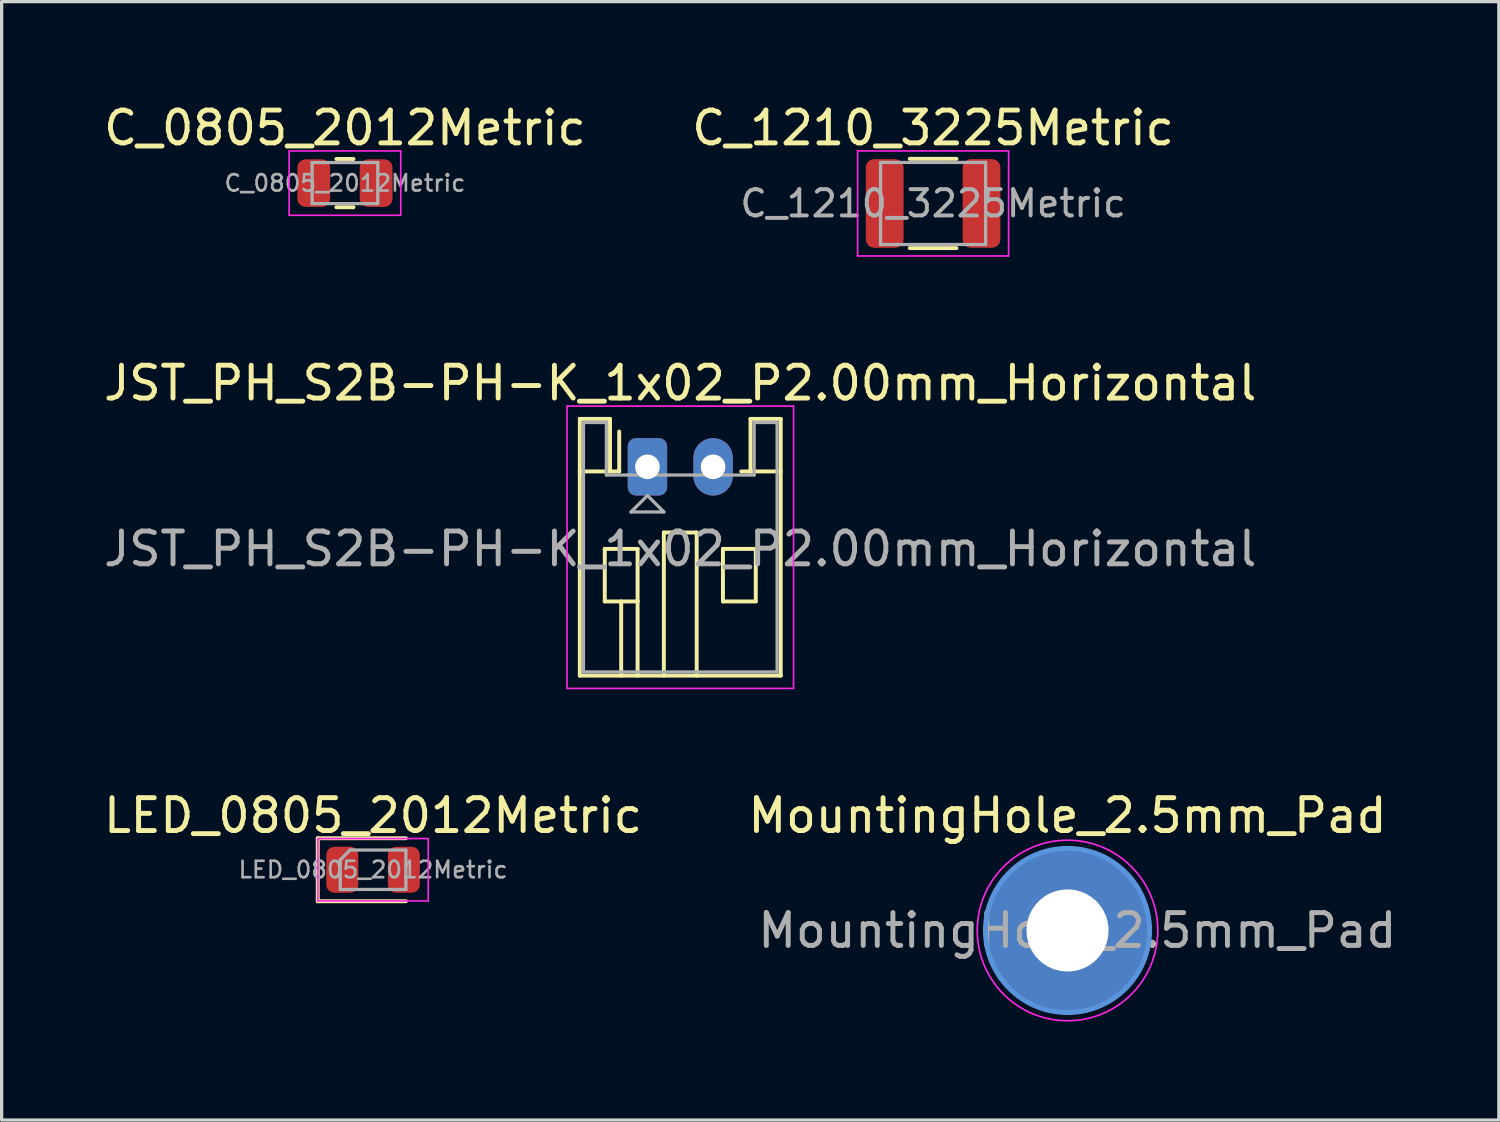
<source format=kicad_pcb>
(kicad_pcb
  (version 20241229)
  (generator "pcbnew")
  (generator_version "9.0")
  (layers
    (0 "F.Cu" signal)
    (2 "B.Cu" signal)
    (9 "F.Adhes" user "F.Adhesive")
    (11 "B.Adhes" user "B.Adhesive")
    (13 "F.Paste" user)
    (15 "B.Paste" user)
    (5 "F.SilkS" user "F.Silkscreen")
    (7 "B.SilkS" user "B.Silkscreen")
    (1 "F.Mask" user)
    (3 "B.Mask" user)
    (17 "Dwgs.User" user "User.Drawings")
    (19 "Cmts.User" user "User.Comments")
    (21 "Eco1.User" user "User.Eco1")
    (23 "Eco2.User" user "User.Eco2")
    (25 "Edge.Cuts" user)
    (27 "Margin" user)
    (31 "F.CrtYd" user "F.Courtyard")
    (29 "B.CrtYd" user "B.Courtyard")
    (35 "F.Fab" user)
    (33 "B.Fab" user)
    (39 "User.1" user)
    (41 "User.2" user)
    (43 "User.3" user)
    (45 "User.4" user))
  (footprint "C_0805_2012Metric"
    (layer "F.Cu")
    (at 7.458 2.528)
    (property "Reference" "C_0805_2012Metric" (at 0 -1.68 0) (layer "F.SilkS") (effects (font (size 1 1) (thickness 0.15))))
    (attr smd)
    (fp_line (start -0.261 -0.735) (end 0.261 -0.735) (stroke (width 0.12) (type solid)) (layer "F.SilkS"))
    (fp_line (start -0.261 0.735) (end 0.261 0.735) (stroke (width 0.12) (type solid)) (layer "F.SilkS"))
    (fp_line (start -1.7 -0.98) (end 1.7 -0.98) (stroke (width 0.05) (type solid)) (layer "F.CrtYd"))
    (fp_line (start -1.7 0.98) (end -1.7 -0.98) (stroke (width 0.05) (type solid)) (layer "F.CrtYd"))
    (fp_line (start 1.7 -0.98) (end 1.7 0.98) (stroke (width 0.05) (type solid)) (layer "F.CrtYd"))
    (fp_line (start 1.7 0.98) (end -1.7 0.98) (stroke (width 0.05) (type solid)) (layer "F.CrtYd"))
    (fp_line (start -1 -0.625) (end 1 -0.625) (stroke (width 0.1) (type solid)) (layer "F.Fab"))
    (fp_line (start -1 0.625) (end -1 -0.625) (stroke (width 0.1) (type solid)) (layer "F.Fab"))
    (fp_line (start 1 -0.625) (end 1 0.625) (stroke (width 0.1) (type solid)) (layer "F.Fab"))
    (fp_line (start 1 0.625) (end -1 0.625) (stroke (width 0.1) (type solid)) (layer "F.Fab"))
    (fp_text user "${REFERENCE}" (at 0 0 0) (layer "F.Fab") (effects (font (size 0.5 0.5) (thickness 0.08))))
    (pad "1" smd roundrect (at -0.95 0) (size 1 1.45) (layers "F.Cu" "F.Mask" "F.Paste") (roundrect_rratio 0.25))
    (pad "2" smd roundrect (at 0.95 0) (size 1 1.45) (layers "F.Cu" "F.Mask" "F.Paste") (roundrect_rratio 0.25)))
  (footprint "JST_PH_S2B-PH-K_1x02_P2.00mm_Horizontal"
    (layer "F.Cu")
    (at 16.673 11.171)
    (property "Reference" "JST_PH_S2B-PH-K_1x02_P2.00mm_Horizontal" (at 1 -2.55 0) (layer "F.SilkS") (effects (font (size 1 1) (thickness 0.15))))
    (attr through_hole)
    (fp_line (start -2.06 -1.46) (end -2.06 6.36) (stroke (width 0.12) (type solid)) (layer "F.SilkS"))
    (fp_line (start -2.06 0.14) (end -1.14 0.14) (stroke (width 0.12) (type solid)) (layer "F.SilkS"))
    (fp_line (start -2.06 6.36) (end 4.06 6.36) (stroke (width 0.12) (type solid)) (layer "F.SilkS"))
    (fp_line (start -1.3 2.5) (end -1.3 4.1) (stroke (width 0.12) (type solid)) (layer "F.SilkS"))
    (fp_line (start -1.3 4.1) (end -0.3 4.1) (stroke (width 0.12) (type solid)) (layer "F.SilkS"))
    (fp_line (start -1.14 -1.46) (end -2.06 -1.46) (stroke (width 0.12) (type solid)) (layer "F.SilkS"))
    (fp_line (start -1.14 0.14) (end -1.14 -1.46) (stroke (width 0.12) (type solid)) (layer "F.SilkS"))
    (fp_line (start -0.86 0.14) (end -1.14 0.14) (stroke (width 0.12) (type solid)) (layer "F.SilkS"))
    (fp_line (start -0.86 0.14) (end -0.86 -1.075) (stroke (width 0.12) (type solid)) (layer "F.SilkS"))
    (fp_line (start -0.8 4.1) (end -0.8 6.36) (stroke (width 0.12) (type solid)) (layer "F.SilkS"))
    (fp_line (start -0.3 2.5) (end -1.3 2.5) (stroke (width 0.12) (type solid)) (layer "F.SilkS"))
    (fp_line (start -0.3 4.1) (end -0.3 2.5) (stroke (width 0.12) (type solid)) (layer "F.SilkS"))
    (fp_line (start -0.3 4.1) (end -0.3 6.36) (stroke (width 0.12) (type solid)) (layer "F.SilkS"))
    (fp_line (start 0.5 2) (end 1.5 2) (stroke (width 0.12) (type solid)) (layer "F.SilkS"))
    (fp_line (start 0.5 6.36) (end 0.5 2) (stroke (width 0.12) (type solid)) (layer "F.SilkS"))
    (fp_line (start 1.5 2) (end 1.5 6.36) (stroke (width 0.12) (type solid)) (layer "F.SilkS"))
    (fp_line (start 2.3 2.5) (end 3.3 2.5) (stroke (width 0.12) (type solid)) (layer "F.SilkS"))
    (fp_line (start 2.3 4.1) (end 2.3 2.5) (stroke (width 0.12) (type solid)) (layer "F.SilkS"))
    (fp_line (start 3.14 -1.46) (end 3.14 0.14) (stroke (width 0.12) (type solid)) (layer "F.SilkS"))
    (fp_line (start 3.14 0.14) (end 2.86 0.14) (stroke (width 0.12) (type solid)) (layer "F.SilkS"))
    (fp_line (start 3.3 2.5) (end 3.3 4.1) (stroke (width 0.12) (type solid)) (layer "F.SilkS"))
    (fp_line (start 3.3 4.1) (end 2.3 4.1) (stroke (width 0.12) (type solid)) (layer "F.SilkS"))
    (fp_line (start 4.06 -1.46) (end 3.14 -1.46) (stroke (width 0.12) (type solid)) (layer "F.SilkS"))
    (fp_line (start 4.06 0.14) (end 3.14 0.14) (stroke (width 0.12) (type solid)) (layer "F.SilkS"))
    (fp_line (start 4.06 6.36) (end 4.06 -1.46) (stroke (width 0.12) (type solid)) (layer "F.SilkS"))
    (fp_line (start -2.45 -1.85) (end -2.45 6.75) (stroke (width 0.05) (type solid)) (layer "F.CrtYd"))
    (fp_line (start -2.45 6.75) (end 4.45 6.75) (stroke (width 0.05) (type solid)) (layer "F.CrtYd"))
    (fp_line (start 4.45 -1.85) (end -2.45 -1.85) (stroke (width 0.05) (type solid)) (layer "F.CrtYd"))
    (fp_line (start 4.45 6.75) (end 4.45 -1.85) (stroke (width 0.05) (type solid)) (layer "F.CrtYd"))
    (fp_line (start -1.95 -1.35) (end -1.95 6.25) (stroke (width 0.1) (type solid)) (layer "F.Fab"))
    (fp_line (start -1.95 6.25) (end 3.95 6.25) (stroke (width 0.1) (type solid)) (layer "F.Fab"))
    (fp_line (start -1.25 -1.35) (end -1.95 -1.35) (stroke (width 0.1) (type solid)) (layer "F.Fab"))
    (fp_line (start -1.25 0.25) (end -1.25 -1.35) (stroke (width 0.1) (type solid)) (layer "F.Fab"))
    (fp_line (start -0.5 1.375) (end 0.5 1.375) (stroke (width 0.1) (type solid)) (layer "F.Fab"))
    (fp_line (start 0 0.875) (end -0.5 1.375) (stroke (width 0.1) (type solid)) (layer "F.Fab"))
    (fp_line (start 0.5 1.375) (end 0 0.875) (stroke (width 0.1) (type solid)) (layer "F.Fab"))
    (fp_line (start 3.25 -1.35) (end 3.25 0.25) (stroke (width 0.1) (type solid)) (layer "F.Fab"))
    (fp_line (start 3.25 0.25) (end -1.25 0.25) (stroke (width 0.1) (type solid)) (layer "F.Fab"))
    (fp_line (start 3.95 -1.35) (end 3.25 -1.35) (stroke (width 0.1) (type solid)) (layer "F.Fab"))
    (fp_line (start 3.95 6.25) (end 3.95 -1.35) (stroke (width 0.1) (type solid)) (layer "F.Fab"))
    (fp_text user "${REFERENCE}" (at 1 2.5 0) (layer "F.Fab") (effects (font (size 1 1) (thickness 0.15))))
    (pad "1" thru_hole roundrect (at 0 0) (size 1.2 1.75) (drill 0.75) (layers "*.Cu" "*.Mask") (roundrect_rratio 0.208))
    (pad "2" thru_hole oval (at 2 0) (size 1.2 1.75) (drill 0.75) (layers "*.Cu" "*.Mask")))
  (footprint "C_1210_3225Metric"
    (layer "F.Cu")
    (at 25.375 3.148)
    (property "Reference" "C_1210_3225Metric" (at 0 -2.3 0) (layer "F.SilkS") (effects (font (size 1 1) (thickness 0.15))))
    (attr smd)
    (fp_line (start -0.711 -1.36) (end 0.711 -1.36) (stroke (width 0.12) (type solid)) (layer "F.SilkS"))
    (fp_line (start -0.711 1.36) (end 0.711 1.36) (stroke (width 0.12) (type solid)) (layer "F.SilkS"))
    (fp_line (start -2.3 -1.6) (end 2.3 -1.6) (stroke (width 0.05) (type solid)) (layer "F.CrtYd"))
    (fp_line (start -2.3 1.6) (end -2.3 -1.6) (stroke (width 0.05) (type solid)) (layer "F.CrtYd"))
    (fp_line (start 2.3 -1.6) (end 2.3 1.6) (stroke (width 0.05) (type solid)) (layer "F.CrtYd"))
    (fp_line (start 2.3 1.6) (end -2.3 1.6) (stroke (width 0.05) (type solid)) (layer "F.CrtYd"))
    (fp_line (start -1.6 -1.25) (end 1.6 -1.25) (stroke (width 0.1) (type solid)) (layer "F.Fab"))
    (fp_line (start -1.6 1.25) (end -1.6 -1.25) (stroke (width 0.1) (type solid)) (layer "F.Fab"))
    (fp_line (start 1.6 -1.25) (end 1.6 1.25) (stroke (width 0.1) (type solid)) (layer "F.Fab"))
    (fp_line (start 1.6 1.25) (end -1.6 1.25) (stroke (width 0.1) (type solid)) (layer "F.Fab"))
    (fp_text user "${REFERENCE}" (at 0 0 0) (layer "F.Fab") (effects (font (size 0.8 0.8) (thickness 0.12))))
    (pad "1" smd roundrect (at -1.475 0) (size 1.15 2.7) (layers "F.Cu" "F.Mask" "F.Paste") (roundrect_rratio 0.217))
    (pad "2" smd roundrect (at 1.475 0) (size 1.15 2.7) (layers "F.Cu" "F.Mask" "F.Paste") (roundrect_rratio 0.217)))
  (footprint "LED_0805_2012Metric"
    (layer "F.Cu")
    (at 8.315 23.445)
    (property "Reference" "LED_0805_2012Metric" (at 0 -1.65 0) (layer "F.SilkS") (effects (font (size 1 1) (thickness 0.15))))
    (attr smd)
    (fp_line (start -1.685 -0.96) (end -1.685 0.96) (stroke (width 0.12) (type solid)) (layer "F.SilkS"))
    (fp_line (start -1.685 0.96) (end 1 0.96) (stroke (width 0.12) (type solid)) (layer "F.SilkS"))
    (fp_line (start 1 -0.96) (end -1.685 -0.96) (stroke (width 0.12) (type solid)) (layer "F.SilkS"))
    (fp_line (start -1.68 -0.95) (end 1.68 -0.95) (stroke (width 0.05) (type solid)) (layer "F.CrtYd"))
    (fp_line (start -1.68 0.95) (end -1.68 -0.95) (stroke (width 0.05) (type solid)) (layer "F.CrtYd"))
    (fp_line (start 1.68 -0.95) (end 1.68 0.95) (stroke (width 0.05) (type solid)) (layer "F.CrtYd"))
    (fp_line (start 1.68 0.95) (end -1.68 0.95) (stroke (width 0.05) (type solid)) (layer "F.CrtYd"))
    (fp_line (start -1 -0.3) (end -1 0.6) (stroke (width 0.1) (type solid)) (layer "F.Fab"))
    (fp_line (start -1 0.6) (end 1 0.6) (stroke (width 0.1) (type solid)) (layer "F.Fab"))
    (fp_line (start -0.7 -0.6) (end -1 -0.3) (stroke (width 0.1) (type solid)) (layer "F.Fab"))
    (fp_line (start 1 -0.6) (end -0.7 -0.6) (stroke (width 0.1) (type solid)) (layer "F.Fab"))
    (fp_line (start 1 0.6) (end 1 -0.6) (stroke (width 0.1) (type solid)) (layer "F.Fab"))
    (fp_text user "${REFERENCE}" (at 0 0 0) (layer "F.Fab") (effects (font (size 0.5 0.5) (thickness 0.08))))
    (pad "1" smd roundrect (at -0.938 0) (size 0.975 1.4) (layers "F.Cu" "F.Mask" "F.Paste") (roundrect_rratio 0.25))
    (pad "2" smd roundrect (at 0.938 0) (size 0.975 1.4) (layers "F.Cu" "F.Mask" "F.Paste") (roundrect_rratio 0.25)))
  (footprint "MountingHole_2.5mm_Pad"
    (layer "F.Cu")
    (at 29.47 25.295)
    (property "Reference" "MountingHole_2.5mm_Pad" (at 0 -3.5 0) (layer "F.SilkS") (effects (font (size 1 1) (thickness 0.15))))
    (attr exclude_from_pos_files)
    (fp_circle (center 0 0) (end 2.5 0) (stroke (width 0.15) (type solid)) (fill no) (layer "Cmts.User"))
    (fp_circle (center 0 0) (end 2.75 0) (stroke (width 0.05) (type solid)) (fill no) (layer "F.CrtYd"))
    (fp_text user "${REFERENCE}" (at 0.3 0 0) (layer "F.Fab") (effects (font (size 1 1) (thickness 0.15))))
    (pad "1" thru_hole circle (at 0 0) (size 5 5) (drill 2.5) (layers "*.Cu" "*.Mask")))
  (gr_rect
    (start -3 -3)
    (end 42.61 31.07)
    (stroke (width 0.1) (type default))
    (fill no)
    (layer "Edge.Cuts")))
</source>
